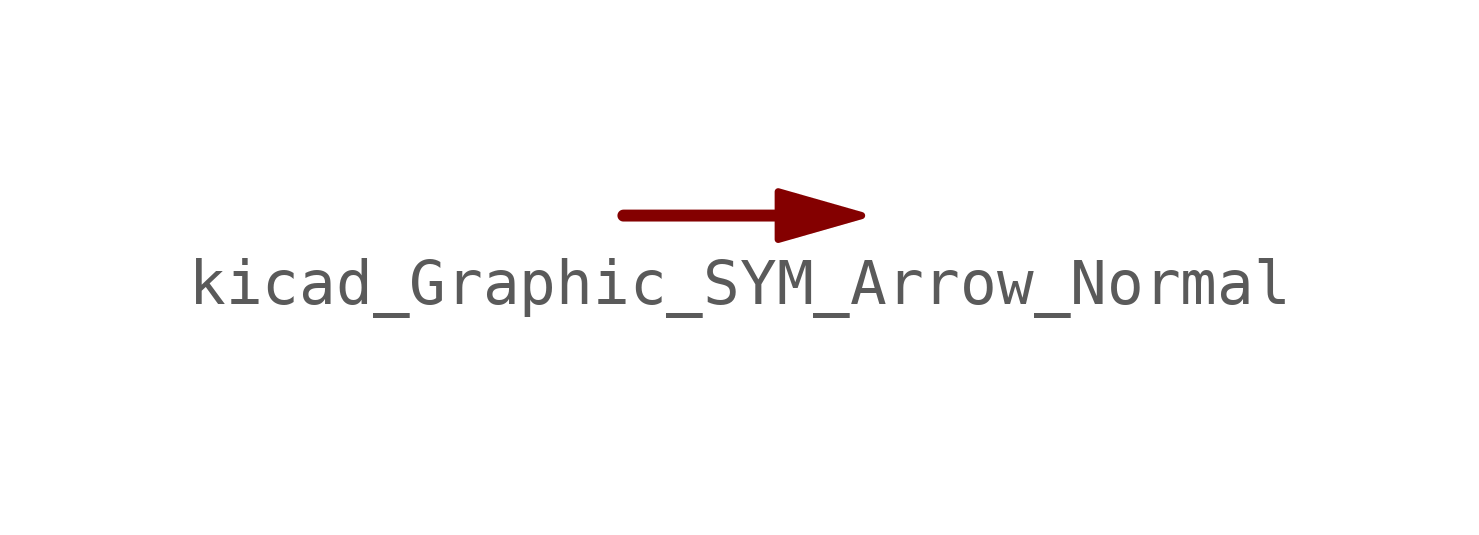
<source format=kicad_sym>
(kicad_symbol_lib
  (version 20220914)
  (generator kicad_symbol_editor)
  (symbol "kicad_Graphic_SYM_Arrow_Normal"
    (property "Reference" "#SYM"
      (at 0 1.524 0)
      (effects (font (size 1.27 1.27)) hide))
    (symbol "kicad_Graphic_SYM_Arrow_Normal_0_1"
      (polyline (pts (xy 1.524 0) (xy -2.54 0)) (stroke (width 0.254) (type default)) (fill (type none)))
      (polyline (pts (xy 2.54 0) (xy 0.762 -0.508) (xy 0.762 0.508) (xy 2.54 0)) (stroke (width 0) (type default)) (fill (type outline))))))
</source>
